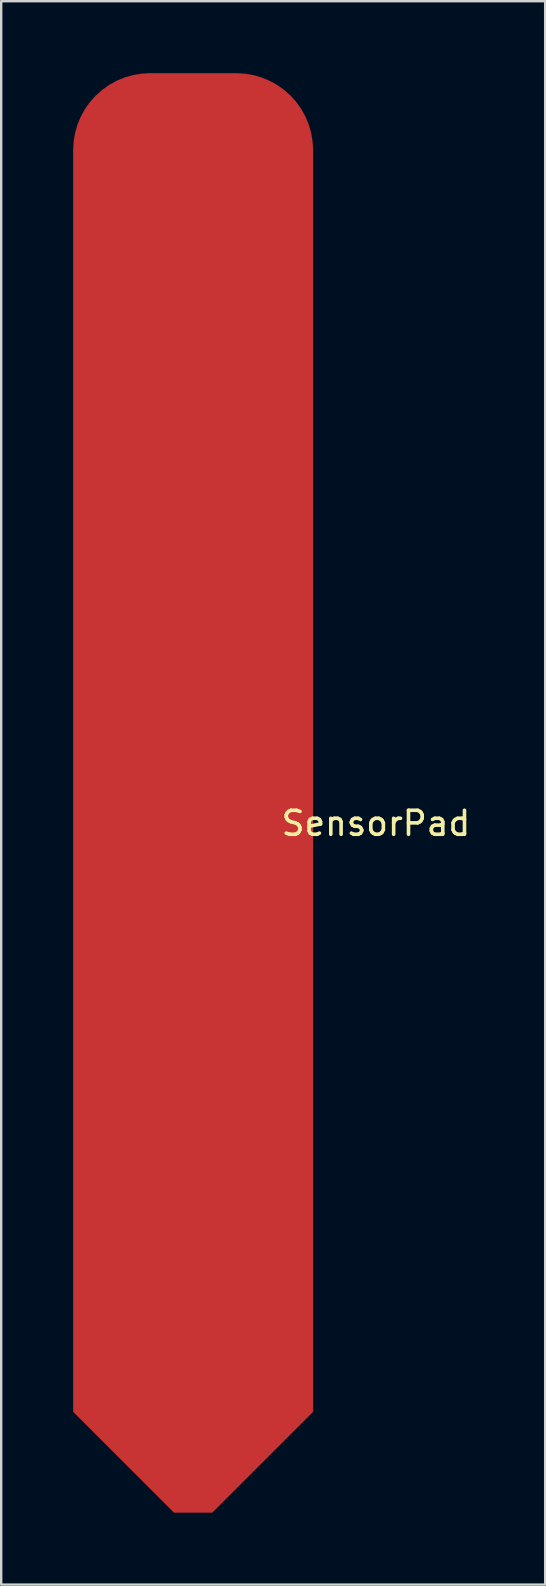
<source format=kicad_pcb>
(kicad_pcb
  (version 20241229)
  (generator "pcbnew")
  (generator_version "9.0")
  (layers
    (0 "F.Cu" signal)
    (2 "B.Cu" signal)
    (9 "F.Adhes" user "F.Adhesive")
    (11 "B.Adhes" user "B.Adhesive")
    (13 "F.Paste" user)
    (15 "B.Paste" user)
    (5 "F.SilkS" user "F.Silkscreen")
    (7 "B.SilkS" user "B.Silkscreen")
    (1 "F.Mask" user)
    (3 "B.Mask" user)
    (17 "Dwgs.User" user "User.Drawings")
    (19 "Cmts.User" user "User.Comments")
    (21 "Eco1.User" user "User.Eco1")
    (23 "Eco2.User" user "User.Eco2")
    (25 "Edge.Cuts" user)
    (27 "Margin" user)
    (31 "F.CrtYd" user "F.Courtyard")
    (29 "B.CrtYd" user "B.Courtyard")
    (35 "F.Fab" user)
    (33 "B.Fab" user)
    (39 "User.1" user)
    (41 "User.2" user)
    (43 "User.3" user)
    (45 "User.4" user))
  (footprint "SensorPad"
    (layer "F.Cu")
    (at 5 30)
    (property "Reference" "SensorPad" (at 7.62 1.27 0) (unlocked yes) (layer "F.SilkS") (effects (font (size 1 1) (thickness 0.15))))
    (attr smd)
    (pad "1" smd roundrect (at 0 0) (size 10 60) (layers "F.Cu") (roundrect_rratio 0.32) (chamfer_ratio 0.42) (chamfer bottom_left bottom_right)))
  (gr_rect
    (start -3 -3)
    (end 19.674 63)
    (stroke (width 0.1) (type default))
    (fill no)
    (layer "Edge.Cuts")))
</source>
